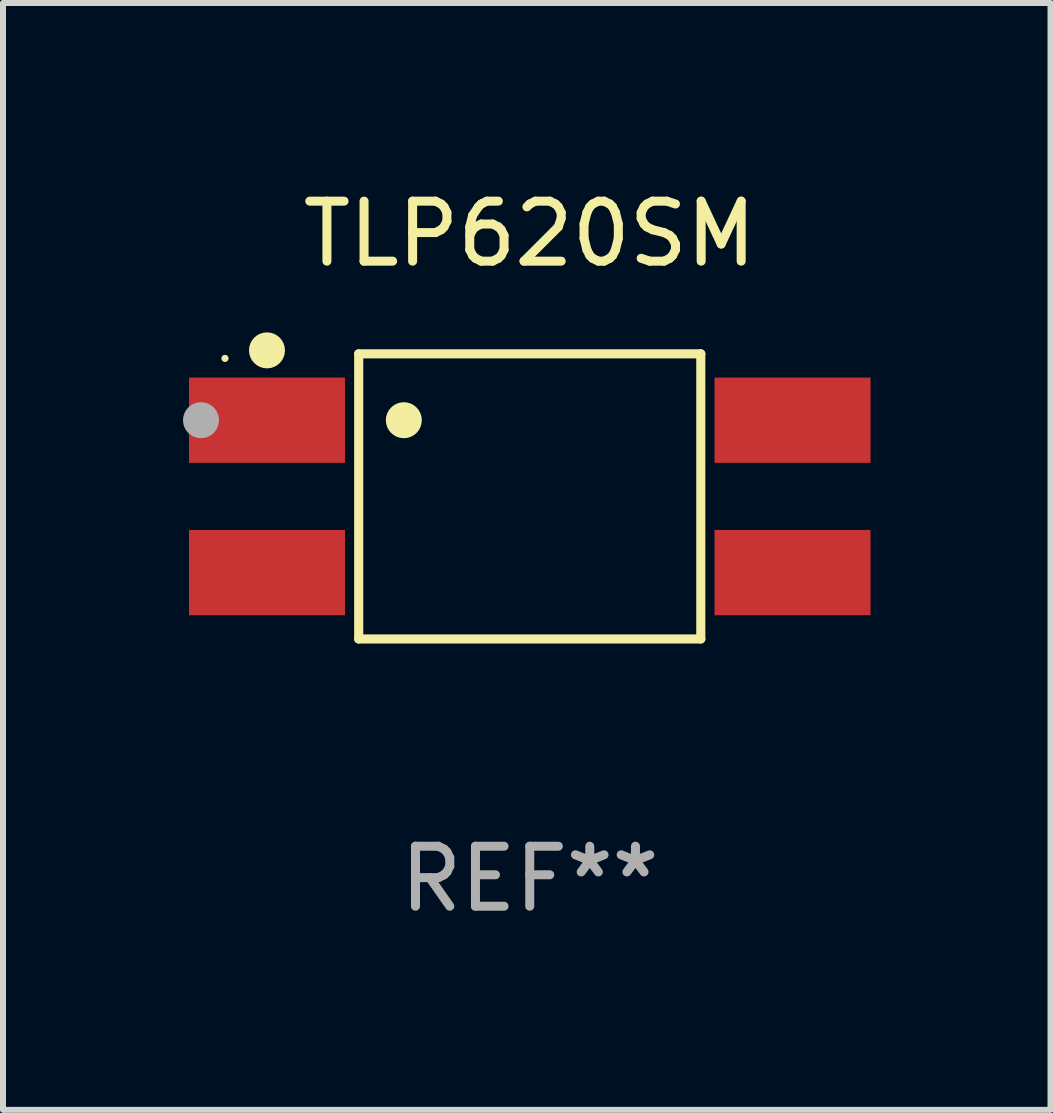
<source format=kicad_pcb>
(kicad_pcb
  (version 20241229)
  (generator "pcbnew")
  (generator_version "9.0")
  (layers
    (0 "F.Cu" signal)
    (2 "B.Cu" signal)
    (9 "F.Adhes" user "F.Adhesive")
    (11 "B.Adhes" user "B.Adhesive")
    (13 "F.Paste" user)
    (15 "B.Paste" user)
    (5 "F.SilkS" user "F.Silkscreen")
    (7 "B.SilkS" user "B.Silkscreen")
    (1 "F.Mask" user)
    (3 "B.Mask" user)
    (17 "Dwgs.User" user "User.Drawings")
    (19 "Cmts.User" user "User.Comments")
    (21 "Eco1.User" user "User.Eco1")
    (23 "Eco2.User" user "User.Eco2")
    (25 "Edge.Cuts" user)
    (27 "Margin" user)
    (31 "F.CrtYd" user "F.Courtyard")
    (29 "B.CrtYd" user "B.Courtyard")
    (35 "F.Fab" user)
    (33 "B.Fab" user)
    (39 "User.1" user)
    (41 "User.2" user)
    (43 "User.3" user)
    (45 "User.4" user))
  (footprint "TLP620SM"
    (layer "F.Cu")
    (at 5.78 5.224)
    (property "Reference" "TLP620SM" (at 0 -4.376 0) (layer "F.SilkS") (effects (font (size 1 1) (thickness 0.15))))
    (attr through_hole)
    (fp_line (start -2.851 -2.376) (end 2.851 -2.376) (stroke (width 0.152) (type solid)) (layer "F.SilkS"))
    (fp_line (start -2.851 2.376) (end -2.851 -2.376) (stroke (width 0.152) (type solid)) (layer "F.SilkS"))
    (fp_line (start 2.851 -2.376) (end 2.851 2.376) (stroke (width 0.152) (type solid)) (layer "F.SilkS"))
    (fp_line (start 2.851 2.376) (end -2.851 2.376) (stroke (width 0.152) (type solid)) (layer "F.SilkS"))
    (fp_circle (center -5.08 -2.3) (end -5.05 -2.3) (stroke (width 0.06) (type solid)) (fill no) (layer "F.SilkS"))
    (fp_circle (center -4.38 -2.434) (end -4.23 -2.434) (stroke (width 0.3) (type solid)) (fill no) (layer "F.SilkS"))
    (fp_circle (center -2.099 -1.27) (end -1.949 -1.27) (stroke (width 0.3) (type solid)) (fill no) (layer "F.SilkS"))
    (fp_circle (center -5.48 -1.27) (end -5.33 -1.27) (stroke (width 0.3) (type solid)) (fill no) (layer "F.Fab"))
    (fp_text user "REF**" (at 0 6.376 0) (layer "F.Fab") (effects (font (size 1 1) (thickness 0.15))))
    (pad "1" smd rect (at -4.38 -1.27) (size 2.6 1.422) (layers "F.Cu" "F.Mask" "F.Paste"))
    (pad "2" smd rect (at -4.38 1.27) (size 2.6 1.422) (layers "F.Cu" "F.Mask" "F.Paste"))
    (pad "3" smd rect (at 4.38 1.27) (size 2.6 1.422) (layers "F.Cu" "F.Mask" "F.Paste"))
    (pad "4" smd rect (at 4.38 -1.27) (size 2.6 1.422) (layers "F.Cu" "F.Mask" "F.Paste")))
  (gr_rect
    (start -3 -3)
    (end 14.46 15.449)
    (stroke (width 0.1) (type default))
    (fill no)
    (layer "Edge.Cuts")))
</source>
